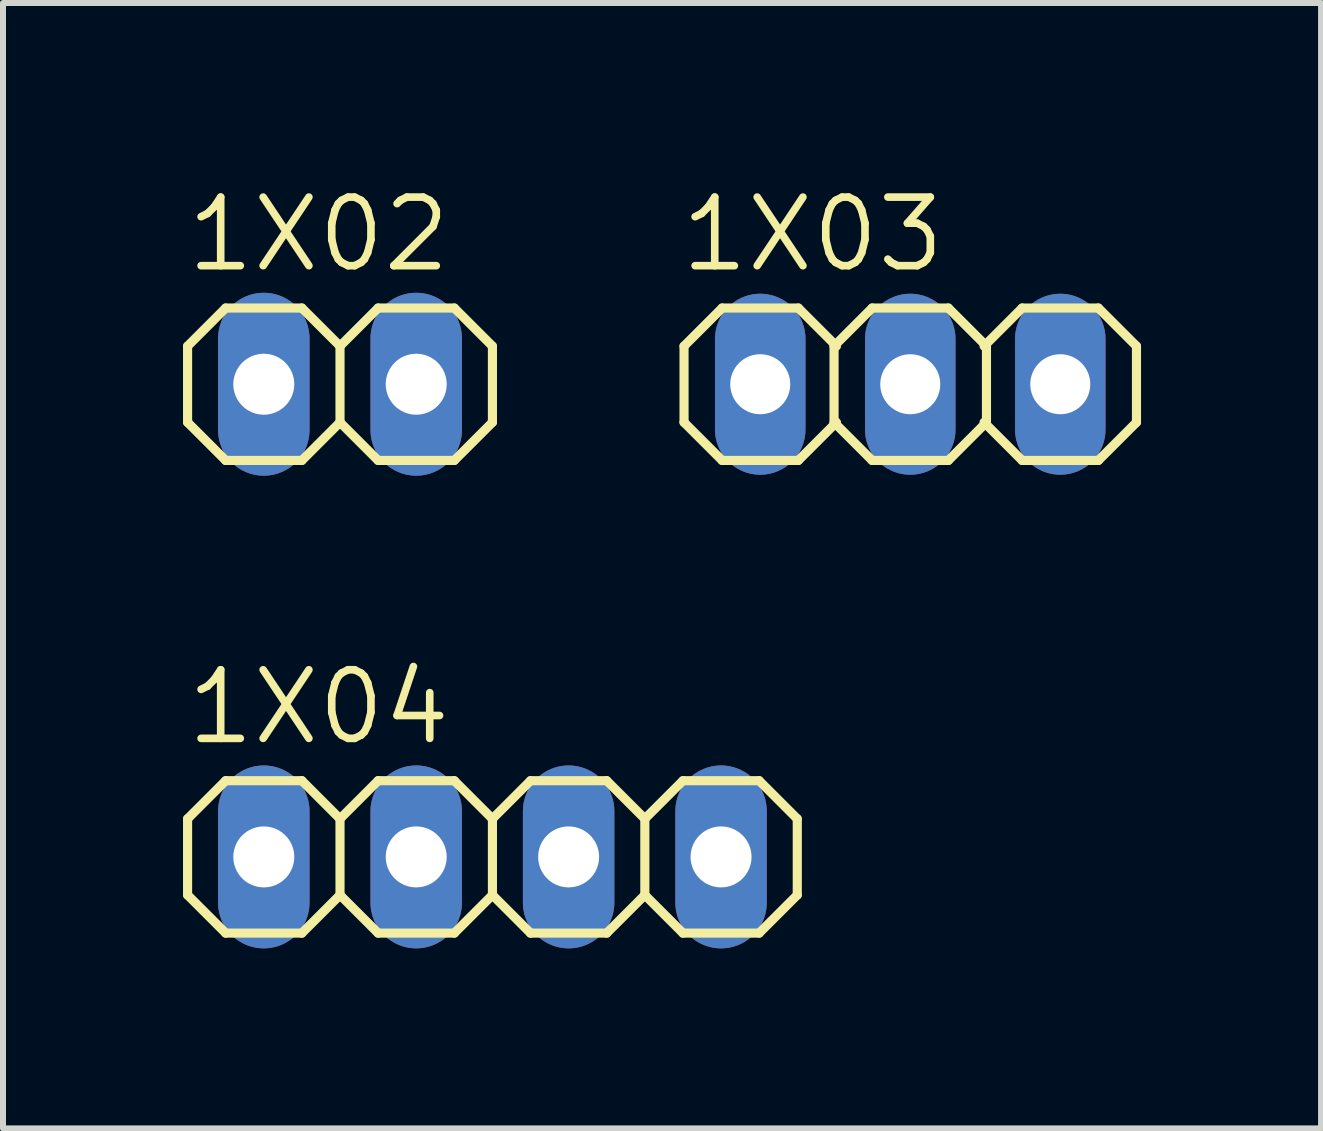
<source format=kicad_pcb>
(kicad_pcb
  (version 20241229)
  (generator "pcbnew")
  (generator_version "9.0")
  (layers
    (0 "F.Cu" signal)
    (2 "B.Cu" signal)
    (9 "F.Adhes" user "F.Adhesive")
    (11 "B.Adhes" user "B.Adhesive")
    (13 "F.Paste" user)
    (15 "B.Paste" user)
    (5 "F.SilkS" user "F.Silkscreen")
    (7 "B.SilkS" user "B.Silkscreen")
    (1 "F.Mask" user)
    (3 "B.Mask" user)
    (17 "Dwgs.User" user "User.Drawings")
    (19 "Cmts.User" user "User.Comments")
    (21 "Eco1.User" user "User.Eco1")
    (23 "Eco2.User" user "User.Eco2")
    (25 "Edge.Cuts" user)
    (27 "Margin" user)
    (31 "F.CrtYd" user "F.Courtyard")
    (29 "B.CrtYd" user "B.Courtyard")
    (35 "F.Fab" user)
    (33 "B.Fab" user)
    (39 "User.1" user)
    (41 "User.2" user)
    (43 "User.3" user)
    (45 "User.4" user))
  (footprint "1X02"
    (layer "F.Cu")
    (at 2.616 3.353)
    (property "Reference" "1X02" (at -2.616 -1.829 0) (layer "F.SilkS") (effects (font (size 1.143 1.143) (thickness 0.127)) (justify left bottom)))
    (fp_line (start -2.54 -0.635) (end -2.54 0.635) (stroke (width 0.152) (type solid)) (layer "F.SilkS"))
    (fp_line (start -2.54 0.635) (end -1.905 1.27) (stroke (width 0.152) (type solid)) (layer "F.SilkS"))
    (fp_line (start -1.905 -1.27) (end -2.54 -0.635) (stroke (width 0.152) (type solid)) (layer "F.SilkS"))
    (fp_line (start -1.905 -1.27) (end -0.635 -1.27) (stroke (width 0.152) (type solid)) (layer "F.SilkS"))
    (fp_line (start -0.635 -1.27) (end 0 -0.635) (stroke (width 0.152) (type solid)) (layer "F.SilkS"))
    (fp_line (start -0.635 1.27) (end -1.905 1.27) (stroke (width 0.152) (type solid)) (layer "F.SilkS"))
    (fp_line (start 0 -0.635) (end 0 0.635) (stroke (width 0.152) (type solid)) (layer "F.SilkS"))
    (fp_line (start 0 -0.635) (end 0.635 -1.27) (stroke (width 0.152) (type solid)) (layer "F.SilkS"))
    (fp_line (start 0 0.635) (end -0.635 1.27) (stroke (width 0.152) (type solid)) (layer "F.SilkS"))
    (fp_line (start 0.635 -1.27) (end 1.905 -1.27) (stroke (width 0.152) (type solid)) (layer "F.SilkS"))
    (fp_line (start 0.635 1.27) (end 0 0.635) (stroke (width 0.152) (type solid)) (layer "F.SilkS"))
    (fp_line (start 1.905 -1.27) (end 2.54 -0.635) (stroke (width 0.152) (type solid)) (layer "F.SilkS"))
    (fp_line (start 1.905 1.27) (end 0.635 1.27) (stroke (width 0.152) (type solid)) (layer "F.SilkS"))
    (fp_line (start 2.54 -0.635) (end 2.54 0.635) (stroke (width 0.152) (type solid)) (layer "F.SilkS"))
    (fp_line (start 2.54 0.635) (end 1.905 1.27) (stroke (width 0.152) (type solid)) (layer "F.SilkS"))
    (fp_poly (pts (xy -1.524 0.254) (xy -1.016 0.254) (xy -1.016 -0.254) (xy -1.524 -0.254)) (stroke (width 0.1) (type solid)) (fill no) (layer "F.Fab"))
    (fp_poly (pts (xy 1.016 0.254) (xy 1.524 0.254) (xy 1.524 -0.254) (xy 1.016 -0.254)) (stroke (width 0.1) (type solid)) (fill no) (layer "F.Fab"))
    (pad "1" thru_hole oval (at -1.27 0 90) (size 3.048 1.524) (drill 1.016) (layers "*.Cu" "*.Mask"))
    (pad "2" thru_hole oval (at 1.27 0 90) (size 3.048 1.524) (drill 1.016) (layers "*.Cu" "*.Mask")))
  (footprint "1X04"
    (layer "F.Cu")
    (at 5.156 11.23)
    (property "Reference" "1X04" (at -5.156 -1.829 0) (layer "F.SilkS") (effects (font (size 1.143 1.143) (thickness 0.127)) (justify left bottom)))
    (fp_line (start -5.08 -0.635) (end -5.08 0.635) (stroke (width 0.152) (type solid)) (layer "F.SilkS"))
    (fp_line (start -5.08 0.635) (end -4.445 1.27) (stroke (width 0.152) (type solid)) (layer "F.SilkS"))
    (fp_line (start -4.445 -1.27) (end -5.08 -0.635) (stroke (width 0.152) (type solid)) (layer "F.SilkS"))
    (fp_line (start -4.445 -1.27) (end -3.175 -1.27) (stroke (width 0.152) (type solid)) (layer "F.SilkS"))
    (fp_line (start -3.175 -1.27) (end -2.54 -0.635) (stroke (width 0.152) (type solid)) (layer "F.SilkS"))
    (fp_line (start -3.175 1.27) (end -4.445 1.27) (stroke (width 0.152) (type solid)) (layer "F.SilkS"))
    (fp_line (start -2.54 -0.635) (end -2.54 0.635) (stroke (width 0.152) (type solid)) (layer "F.SilkS"))
    (fp_line (start -2.54 -0.635) (end -1.905 -1.27) (stroke (width 0.152) (type solid)) (layer "F.SilkS"))
    (fp_line (start -2.54 0.635) (end -3.175 1.27) (stroke (width 0.152) (type solid)) (layer "F.SilkS"))
    (fp_line (start -1.905 -1.27) (end -0.635 -1.27) (stroke (width 0.152) (type solid)) (layer "F.SilkS"))
    (fp_line (start -1.905 1.27) (end -2.54 0.635) (stroke (width 0.152) (type solid)) (layer "F.SilkS"))
    (fp_line (start -0.635 -1.27) (end 0 -0.635) (stroke (width 0.152) (type solid)) (layer "F.SilkS"))
    (fp_line (start -0.635 1.27) (end -1.905 1.27) (stroke (width 0.152) (type solid)) (layer "F.SilkS"))
    (fp_line (start 0 -0.635) (end 0 0.635) (stroke (width 0.152) (type solid)) (layer "F.SilkS"))
    (fp_line (start 0 -0.635) (end 0.635 -1.27) (stroke (width 0.152) (type solid)) (layer "F.SilkS"))
    (fp_line (start 0 0.635) (end -0.635 1.27) (stroke (width 0.152) (type solid)) (layer "F.SilkS"))
    (fp_line (start 0.635 -1.27) (end 1.905 -1.27) (stroke (width 0.152) (type solid)) (layer "F.SilkS"))
    (fp_line (start 0.635 1.27) (end 0 0.635) (stroke (width 0.152) (type solid)) (layer "F.SilkS"))
    (fp_line (start 1.905 -1.27) (end 2.54 -0.635) (stroke (width 0.152) (type solid)) (layer "F.SilkS"))
    (fp_line (start 1.905 1.27) (end 0.635 1.27) (stroke (width 0.152) (type solid)) (layer "F.SilkS"))
    (fp_line (start 2.54 -0.635) (end 2.54 0.635) (stroke (width 0.152) (type solid)) (layer "F.SilkS"))
    (fp_line (start 2.54 0.635) (end 1.905 1.27) (stroke (width 0.152) (type solid)) (layer "F.SilkS"))
    (fp_line (start 2.54 0.635) (end 3.175 1.27) (stroke (width 0.152) (type solid)) (layer "F.SilkS"))
    (fp_line (start 3.175 -1.27) (end 2.54 -0.635) (stroke (width 0.152) (type solid)) (layer "F.SilkS"))
    (fp_line (start 3.175 -1.27) (end 4.445 -1.27) (stroke (width 0.152) (type solid)) (layer "F.SilkS"))
    (fp_line (start 4.445 -1.27) (end 5.08 -0.635) (stroke (width 0.152) (type solid)) (layer "F.SilkS"))
    (fp_line (start 4.445 1.27) (end 3.175 1.27) (stroke (width 0.152) (type solid)) (layer "F.SilkS"))
    (fp_line (start 5.08 -0.635) (end 5.08 0.635) (stroke (width 0.152) (type solid)) (layer "F.SilkS"))
    (fp_line (start 5.08 0.635) (end 4.445 1.27) (stroke (width 0.152) (type solid)) (layer "F.SilkS"))
    (fp_poly (pts (xy -4.064 0.254) (xy -3.556 0.254) (xy -3.556 -0.254) (xy -4.064 -0.254)) (stroke (width 0.1) (type solid)) (fill no) (layer "F.Fab"))
    (fp_poly (pts (xy -1.524 0.254) (xy -1.016 0.254) (xy -1.016 -0.254) (xy -1.524 -0.254)) (stroke (width 0.1) (type solid)) (fill no) (layer "F.Fab"))
    (fp_poly (pts (xy 1.016 0.254) (xy 1.524 0.254) (xy 1.524 -0.254) (xy 1.016 -0.254)) (stroke (width 0.1) (type solid)) (fill no) (layer "F.Fab"))
    (fp_poly (pts (xy 3.556 0.254) (xy 4.064 0.254) (xy 4.064 -0.254) (xy 3.556 -0.254)) (stroke (width 0.1) (type solid)) (fill no) (layer "F.Fab"))
    (pad "1" thru_hole oval (at -3.81 0 90) (size 3.048 1.524) (drill 1.016) (layers "*.Cu" "*.Mask"))
    (pad "2" thru_hole oval (at -1.27 0 90) (size 3.048 1.524) (drill 1.016) (layers "*.Cu" "*.Mask"))
    (pad "3" thru_hole oval (at 1.27 0 90) (size 3.048 1.524) (drill 1.016) (layers "*.Cu" "*.Mask"))
    (pad "4" thru_hole oval (at 3.81 0 90) (size 3.048 1.524) (drill 1.016) (layers "*.Cu" "*.Mask")))
  (footprint "1X03"
    (layer "F.Cu")
    (at 12.119 3.353)
    (property "Reference" "1X03" (at -3.886 -1.829 0) (layer "F.SilkS") (effects (font (size 1.143 1.143) (thickness 0.127)) (justify left bottom)))
    (fp_line (start -3.77 -0.635) (end -3.77 0.635) (stroke (width 0.152) (type solid)) (layer "F.SilkS"))
    (fp_line (start -3.77 -0.635) (end -3.135 -1.27) (stroke (width 0.152) (type solid)) (layer "F.SilkS"))
    (fp_line (start -3.135 -1.27) (end -1.865 -1.27) (stroke (width 0.152) (type solid)) (layer "F.SilkS"))
    (fp_line (start -3.135 1.27) (end -3.77 0.635) (stroke (width 0.152) (type solid)) (layer "F.SilkS"))
    (fp_line (start -1.865 -1.27) (end -1.23 -0.635) (stroke (width 0.152) (type solid)) (layer "F.SilkS"))
    (fp_line (start -1.865 1.27) (end -3.135 1.27) (stroke (width 0.152) (type solid)) (layer "F.SilkS"))
    (fp_line (start -1.27 -0.635) (end -1.27 0.635) (stroke (width 0.152) (type solid)) (layer "F.SilkS"))
    (fp_line (start -1.27 -0.635) (end -0.635 -1.27) (stroke (width 0.152) (type solid)) (layer "F.SilkS"))
    (fp_line (start -1.23 0.635) (end -1.865 1.27) (stroke (width 0.152) (type solid)) (layer "F.SilkS"))
    (fp_line (start -0.635 -1.27) (end 0.635 -1.27) (stroke (width 0.152) (type solid)) (layer "F.SilkS"))
    (fp_line (start -0.635 1.27) (end -1.27 0.635) (stroke (width 0.152) (type solid)) (layer "F.SilkS"))
    (fp_line (start 0.635 -1.27) (end 1.27 -0.635) (stroke (width 0.152) (type solid)) (layer "F.SilkS"))
    (fp_line (start 0.635 1.27) (end -0.635 1.27) (stroke (width 0.152) (type solid)) (layer "F.SilkS"))
    (fp_line (start 1.23 -0.635) (end 1.865 -1.27) (stroke (width 0.152) (type solid)) (layer "F.SilkS"))
    (fp_line (start 1.27 -0.635) (end 1.27 0.635) (stroke (width 0.152) (type solid)) (layer "F.SilkS"))
    (fp_line (start 1.27 0.635) (end 0.635 1.27) (stroke (width 0.152) (type solid)) (layer "F.SilkS"))
    (fp_line (start 1.865 -1.27) (end 3.135 -1.27) (stroke (width 0.152) (type solid)) (layer "F.SilkS"))
    (fp_line (start 1.865 1.27) (end 1.23 0.635) (stroke (width 0.152) (type solid)) (layer "F.SilkS"))
    (fp_line (start 3.135 -1.27) (end 3.77 -0.635) (stroke (width 0.152) (type solid)) (layer "F.SilkS"))
    (fp_line (start 3.135 1.27) (end 1.865 1.27) (stroke (width 0.152) (type solid)) (layer "F.SilkS"))
    (fp_line (start 3.77 -0.635) (end 3.77 0.635) (stroke (width 0.152) (type solid)) (layer "F.SilkS"))
    (fp_line (start 3.77 0.635) (end 3.135 1.27) (stroke (width 0.152) (type solid)) (layer "F.SilkS"))
    (fp_poly (pts (xy -0.254 0.254) (xy 0.254 0.254) (xy 0.254 -0.254) (xy -0.254 -0.254)) (stroke (width 0.1) (type solid)) (fill no) (layer "F.Fab"))
    (pad "1" thru_hole oval (at -2.5 0 90) (size 3.016 1.508) (drill 1) (layers "*.Cu" "*.Mask"))
    (pad "2" thru_hole oval (at 0 0 90) (size 3.016 1.508) (drill 1) (layers "*.Cu" "*.Mask"))
    (pad "3" thru_hole oval (at 2.5 0 90) (size 3.016 1.508) (drill 1) (layers "*.Cu" "*.Mask")))
  (gr_rect
    (start -3 -3)
    (end 18.965 15.754)
    (stroke (width 0.1) (type default))
    (fill no)
    (layer "Edge.Cuts")))
</source>
